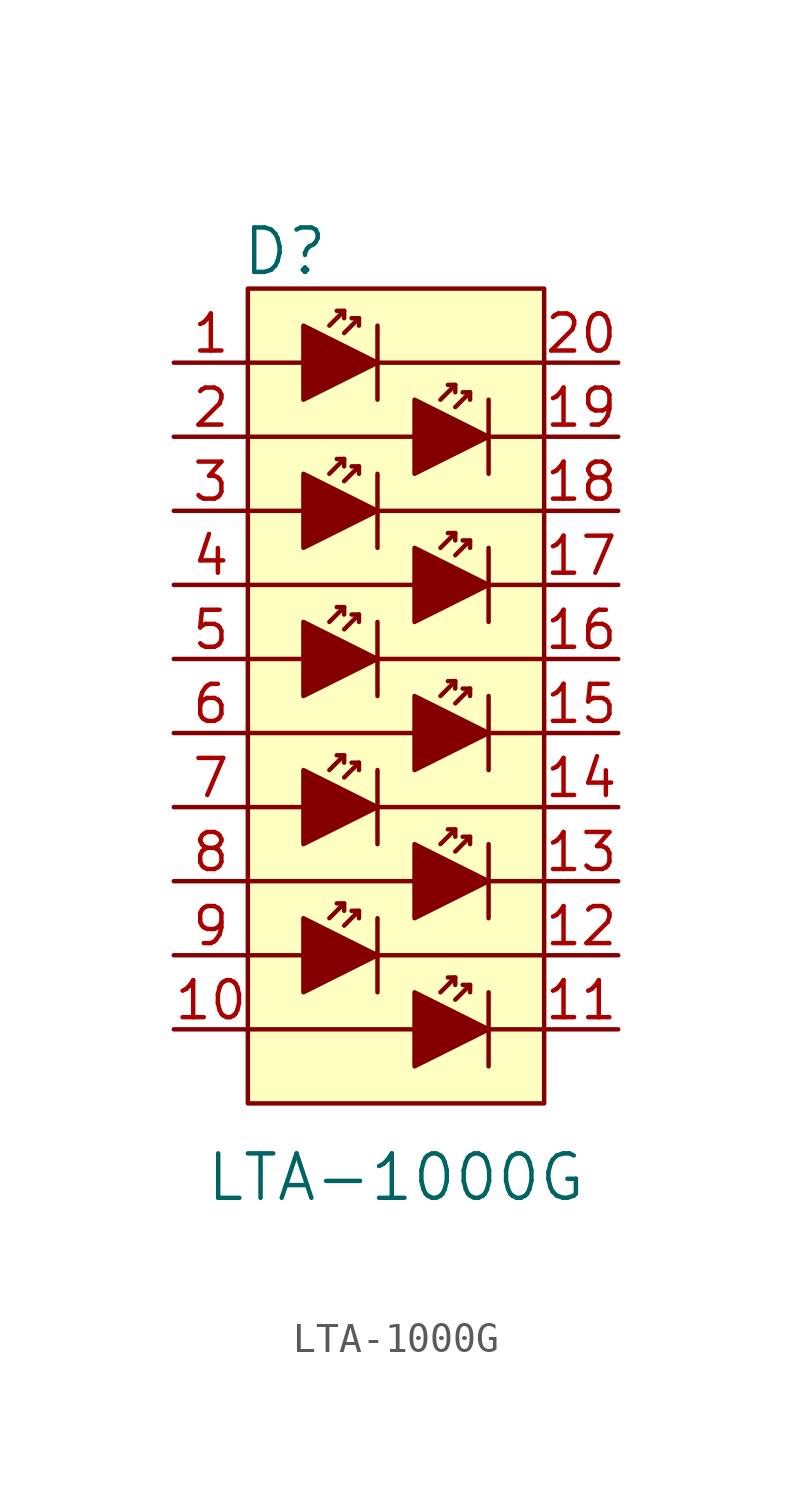
<source format=kicad_sym>
(kicad_symbol_lib
  (version 20231120)
  (generator "kicad_symbol_editor")
  (generator_version "8.0")
  (symbol "LTA-1000G"
    (pin_names
      (offset 0))
    (property "Reference" "D"
      (at -3.81 3.81 0)
      (effects (font (size 1.524 1.524))))
    (property "Value" "LTA-1000G"
      (at 0 -27.94 0)
      (effects (font (size 1.524 1.524))))
    (symbol "LTA-1000G_0_1"
      (rectangle (start -5.08 2.54) (end 5.08 -25.4) (stroke (width 0) (type solid)) (fill (type background)))
      (polyline (pts (xy -5.08 -20.32) (xy -3.175 -20.32)) (stroke (width 0) (type solid)) (fill (type none)))
      (polyline (pts (xy -5.08 -15.24) (xy -3.175 -15.24)) (stroke (width 0) (type solid)) (fill (type none)))
      (polyline (pts (xy -5.08 -10.16) (xy -3.175 -10.16)) (stroke (width 0) (type solid)) (fill (type none)))
      (polyline (pts (xy -5.08 -5.08) (xy -3.175 -5.08)) (stroke (width 0) (type solid)) (fill (type none)))
      (polyline (pts (xy -3.175 0) (xy -5.08 0)) (stroke (width 0) (type solid)) (fill (type none)))
      (polyline (pts (xy -1.778 -18.542) (xy -2.286 -19.05)) (stroke (width 0) (type solid)) (fill (type none)))
      (polyline (pts (xy -1.778 -13.462) (xy -2.286 -13.97)) (stroke (width 0) (type solid)) (fill (type none)))
      (polyline (pts (xy -1.778 -8.382) (xy -2.286 -8.89)) (stroke (width 0) (type solid)) (fill (type none)))
      (polyline (pts (xy -1.778 -3.302) (xy -2.286 -3.81)) (stroke (width 0) (type solid)) (fill (type none)))
      (polyline (pts (xy -1.778 1.778) (xy -2.286 1.27)) (stroke (width 0) (type solid)) (fill (type none)))
      (polyline (pts (xy -1.27 -18.796) (xy -1.778 -19.304)) (stroke (width 0) (type solid)) (fill (type none)))
      (polyline (pts (xy -1.27 -13.716) (xy -1.778 -14.224)) (stroke (width 0) (type solid)) (fill (type none)))
      (polyline (pts (xy -1.27 -8.636) (xy -1.778 -9.144)) (stroke (width 0) (type solid)) (fill (type none)))
      (polyline (pts (xy -1.27 -3.556) (xy -1.778 -4.064)) (stroke (width 0) (type solid)) (fill (type none)))
      (polyline (pts (xy -1.27 1.524) (xy -1.778 1.016)) (stroke (width 0) (type solid)) (fill (type none)))
      (polyline (pts (xy -0.635 -21.59) (xy -0.635 -19.05)) (stroke (width 0) (type solid)) (fill (type none)))
      (polyline (pts (xy -0.635 -20.32) (xy 5.08 -20.32)) (stroke (width 0) (type solid)) (fill (type none)))
      (polyline (pts (xy -0.635 -16.51) (xy -0.635 -13.97)) (stroke (width 0) (type solid)) (fill (type none)))
      (polyline (pts (xy -0.635 -15.24) (xy 5.08 -15.24)) (stroke (width 0) (type solid)) (fill (type none)))
      (polyline (pts (xy -0.635 -10.16) (xy 5.08 -10.16)) (stroke (width 0) (type solid)) (fill (type none)))
      (polyline (pts (xy -0.635 -8.89) (xy -0.635 -11.43)) (stroke (width 0) (type solid)) (fill (type none)))
      (polyline (pts (xy -0.635 -5.08) (xy 5.08 -5.08)) (stroke (width 0) (type solid)) (fill (type none)))
      (polyline (pts (xy -0.635 -3.81) (xy -0.635 -6.35)) (stroke (width 0) (type solid)) (fill (type none)))
      (polyline (pts (xy -0.635 0) (xy 5.08 0)) (stroke (width 0) (type solid)) (fill (type none)))
      (polyline (pts (xy -0.635 1.27) (xy -0.635 -1.27)) (stroke (width 0) (type solid)) (fill (type none)))
      (polyline (pts (xy 0.635 -22.86) (xy -5.08 -22.86)) (stroke (width 0) (type solid)) (fill (type none)))
      (polyline (pts (xy 0.635 -17.78) (xy -5.08 -17.78)) (stroke (width 0) (type solid)) (fill (type none)))
      (polyline (pts (xy 0.635 -12.7) (xy -5.08 -12.7)) (stroke (width 0) (type solid)) (fill (type none)))
      (polyline (pts (xy 0.635 -7.62) (xy -5.08 -7.62)) (stroke (width 0) (type solid)) (fill (type none)))
      (polyline (pts (xy 0.635 -2.54) (xy -5.08 -2.54)) (stroke (width 0) (type solid)) (fill (type none)))
      (polyline (pts (xy 2.032 -21.082) (xy 1.524 -21.59)) (stroke (width 0) (type solid)) (fill (type none)))
      (polyline (pts (xy 2.032 -16.002) (xy 1.524 -16.51)) (stroke (width 0) (type solid)) (fill (type none)))
      (polyline (pts (xy 2.032 -10.922) (xy 1.524 -11.43)) (stroke (width 0) (type solid)) (fill (type none)))
      (polyline (pts (xy 2.032 -5.842) (xy 1.524 -6.35)) (stroke (width 0) (type solid)) (fill (type none)))
      (polyline (pts (xy 2.032 -0.762) (xy 1.524 -1.27)) (stroke (width 0) (type solid)) (fill (type none)))
      (polyline (pts (xy 2.54 -21.336) (xy 2.032 -21.844)) (stroke (width 0) (type solid)) (fill (type none)))
      (polyline (pts (xy 2.54 -16.256) (xy 2.032 -16.764)) (stroke (width 0) (type solid)) (fill (type none)))
      (polyline (pts (xy 2.54 -11.176) (xy 2.032 -11.684)) (stroke (width 0) (type solid)) (fill (type none)))
      (polyline (pts (xy 2.54 -6.096) (xy 2.032 -6.604)) (stroke (width 0) (type solid)) (fill (type none)))
      (polyline (pts (xy 2.54 -1.016) (xy 2.032 -1.524)) (stroke (width 0) (type solid)) (fill (type none)))
      (polyline (pts (xy 3.175 -22.86) (xy 5.08 -22.86)) (stroke (width 0) (type solid)) (fill (type none)))
      (polyline (pts (xy 3.175 -21.59) (xy 3.175 -24.13)) (stroke (width 0) (type solid)) (fill (type none)))
      (polyline (pts (xy 3.175 -17.78) (xy 5.08 -17.78)) (stroke (width 0) (type solid)) (fill (type none)))
      (polyline (pts (xy 3.175 -16.51) (xy 3.175 -19.05)) (stroke (width 0) (type solid)) (fill (type none)))
      (polyline (pts (xy 3.175 -12.7) (xy 5.08 -12.7)) (stroke (width 0) (type solid)) (fill (type none)))
      (polyline (pts (xy 3.175 -11.43) (xy 3.175 -13.97)) (stroke (width 0) (type solid)) (fill (type none)))
      (polyline (pts (xy 3.175 -7.62) (xy 5.08 -7.62)) (stroke (width 0) (type solid)) (fill (type none)))
      (polyline (pts (xy 3.175 -6.35) (xy 3.175 -8.89)) (stroke (width 0) (type solid)) (fill (type none)))
      (polyline (pts (xy 3.175 -2.54) (xy 5.08 -2.54)) (stroke (width 0) (type solid)) (fill (type none)))
      (polyline (pts (xy 3.175 -1.27) (xy 3.175 -3.81)) (stroke (width 0) (type solid)) (fill (type none)))
      (polyline (pts (xy -2.032 -18.542) (xy -1.778 -18.542) (xy -1.778 -18.796)) (stroke (width 0) (type solid)) (fill (type none)))
      (polyline (pts (xy -2.032 -13.462) (xy -1.778 -13.462) (xy -1.778 -13.716)) (stroke (width 0) (type solid)) (fill (type none)))
      (polyline (pts (xy -2.032 -8.382) (xy -1.778 -8.382) (xy -1.778 -8.636)) (stroke (width 0) (type solid)) (fill (type none)))
      (polyline (pts (xy -2.032 -3.302) (xy -1.778 -3.302) (xy -1.778 -3.556)) (stroke (width 0) (type solid)) (fill (type none)))
      (polyline (pts (xy -2.032 1.778) (xy -1.778 1.778) (xy -1.778 1.524)) (stroke (width 0) (type solid)) (fill (type none)))
      (polyline (pts (xy -1.524 -18.796) (xy -1.27 -18.796) (xy -1.27 -19.05)) (stroke (width 0) (type solid)) (fill (type none)))
      (polyline (pts (xy -1.524 -13.716) (xy -1.27 -13.716) (xy -1.27 -13.97)) (stroke (width 0) (type solid)) (fill (type none)))
      (polyline (pts (xy -1.524 -8.636) (xy -1.27 -8.636) (xy -1.27 -8.89)) (stroke (width 0) (type solid)) (fill (type none)))
      (polyline (pts (xy -1.524 -3.556) (xy -1.27 -3.556) (xy -1.27 -3.81)) (stroke (width 0) (type solid)) (fill (type none)))
      (polyline (pts (xy -1.524 1.524) (xy -1.27 1.524) (xy -1.27 1.27)) (stroke (width 0) (type solid)) (fill (type none)))
      (polyline (pts (xy 1.778 -21.082) (xy 2.032 -21.082) (xy 2.032 -21.336)) (stroke (width 0) (type solid)) (fill (type none)))
      (polyline (pts (xy 1.778 -16.002) (xy 2.032 -16.002) (xy 2.032 -16.256)) (stroke (width 0) (type solid)) (fill (type none)))
      (polyline (pts (xy 1.778 -10.922) (xy 2.032 -10.922) (xy 2.032 -11.176)) (stroke (width 0) (type solid)) (fill (type none)))
      (polyline (pts (xy 1.778 -5.842) (xy 2.032 -5.842) (xy 2.032 -6.096)) (stroke (width 0) (type solid)) (fill (type none)))
      (polyline (pts (xy 1.778 -0.762) (xy 2.032 -0.762) (xy 2.032 -1.016)) (stroke (width 0) (type solid)) (fill (type none)))
      (polyline (pts (xy 2.286 -21.336) (xy 2.54 -21.336) (xy 2.54 -21.59)) (stroke (width 0) (type solid)) (fill (type none)))
      (polyline (pts (xy 2.286 -16.256) (xy 2.54 -16.256) (xy 2.54 -16.51)) (stroke (width 0) (type solid)) (fill (type none)))
      (polyline (pts (xy 2.286 -11.176) (xy 2.54 -11.176) (xy 2.54 -11.43)) (stroke (width 0) (type solid)) (fill (type none)))
      (polyline (pts (xy 2.286 -6.096) (xy 2.54 -6.096) (xy 2.54 -6.35)) (stroke (width 0) (type solid)) (fill (type none)))
      (polyline (pts (xy 2.286 -1.016) (xy 2.54 -1.016) (xy 2.54 -1.27)) (stroke (width 0) (type solid)) (fill (type none)))
      (polyline (pts (xy -3.175 -19.05) (xy -3.175 -21.59) (xy -0.635 -20.32) (xy -3.175 -19.05)) (stroke (width 0) (type solid)) (fill (type outline)))
      (polyline (pts (xy -3.175 -13.97) (xy -3.175 -16.51) (xy -0.635 -15.24) (xy -3.175 -13.97)) (stroke (width 0) (type solid)) (fill (type outline)))
      (polyline (pts (xy -3.175 -8.89) (xy -3.175 -11.43) (xy -0.635 -10.16) (xy -3.175 -8.89)) (stroke (width 0) (type solid)) (fill (type outline)))
      (polyline (pts (xy -3.175 -3.81) (xy -3.175 -6.35) (xy -0.635 -5.08) (xy -3.175 -3.81)) (stroke (width 0) (type solid)) (fill (type outline)))
      (polyline (pts (xy -3.175 1.27) (xy -3.175 -1.27) (xy -0.635 0) (xy -3.175 1.27)) (stroke (width 0) (type solid)) (fill (type outline)))
      (polyline (pts (xy 0.635 -21.59) (xy 0.635 -24.13) (xy 3.175 -22.86) (xy 0.635 -21.59)) (stroke (width 0) (type solid)) (fill (type outline)))
      (polyline (pts (xy 0.635 -16.51) (xy 0.635 -19.05) (xy 3.175 -17.78) (xy 0.635 -16.51)) (stroke (width 0) (type solid)) (fill (type outline)))
      (polyline (pts (xy 0.635 -11.43) (xy 0.635 -13.97) (xy 3.175 -12.7) (xy 0.635 -11.43)) (stroke (width 0) (type solid)) (fill (type outline)))
      (polyline (pts (xy 0.635 -6.35) (xy 0.635 -8.89) (xy 3.175 -7.62) (xy 0.635 -6.35)) (stroke (width 0) (type solid)) (fill (type outline)))
      (polyline (pts (xy 0.635 -1.27) (xy 0.635 -3.81) (xy 3.175 -2.54) (xy 0.635 -1.27)) (stroke (width 0) (type solid)) (fill (type outline))))
    (symbol "LTA-1000G_1_1"
      (pin input line (at -7.62 0 0) (length 2.54) (name "~" (effects (font (size 1.27 1.27)))) (number "1" (effects (font (size 1.27 1.27)))))
      (pin input line (at -7.62 -22.86 0) (length 2.54) (name "~" (effects (font (size 1.27 1.27)))) (number "10" (effects (font (size 1.27 1.27)))))
      (pin output line (at 7.62 -22.86 180) (length 2.54) (name "~" (effects (font (size 1.27 1.27)))) (number "11" (effects (font (size 1.27 1.27)))))
      (pin output line (at 7.62 -20.32 180) (length 2.54) (name "~" (effects (font (size 1.27 1.27)))) (number "12" (effects (font (size 1.27 1.27)))))
      (pin output line (at 7.62 -17.78 180) (length 2.54) (name "~" (effects (font (size 1.27 1.27)))) (number "13" (effects (font (size 1.27 1.27)))))
      (pin output line (at 7.62 -15.24 180) (length 2.54) (name "~" (effects (font (size 1.27 1.27)))) (number "14" (effects (font (size 1.27 1.27)))))
      (pin output line (at 7.62 -12.7 180) (length 2.54) (name "~" (effects (font (size 1.27 1.27)))) (number "15" (effects (font (size 1.27 1.27)))))
      (pin output line (at 7.62 -10.16 180) (length 2.54) (name "~" (effects (font (size 1.27 1.27)))) (number "16" (effects (font (size 1.27 1.27)))))
      (pin output line (at 7.62 -7.62 180) (length 2.54) (name "~" (effects (font (size 1.27 1.27)))) (number "17" (effects (font (size 1.27 1.27)))))
      (pin output line (at 7.62 -5.08 180) (length 2.54) (name "~" (effects (font (size 1.27 1.27)))) (number "18" (effects (font (size 1.27 1.27)))))
      (pin output line (at 7.62 -2.54 180) (length 2.54) (name "~" (effects (font (size 1.27 1.27)))) (number "19" (effects (font (size 1.27 1.27)))))
      (pin input line (at -7.62 -2.54 0) (length 2.54) (name "~" (effects (font (size 1.27 1.27)))) (number "2" (effects (font (size 1.27 1.27)))))
      (pin output line (at 7.62 0 180) (length 2.54) (name "~" (effects (font (size 1.27 1.27)))) (number "20" (effects (font (size 1.27 1.27)))))
      (pin input line (at -7.62 -5.08 0) (length 2.54) (name "~" (effects (font (size 1.27 1.27)))) (number "3" (effects (font (size 1.27 1.27)))))
      (pin input line (at -7.62 -7.62 0) (length 2.54) (name "~" (effects (font (size 1.27 1.27)))) (number "4" (effects (font (size 1.27 1.27)))))
      (pin input line (at -7.62 -10.16 0) (length 2.54) (name "~" (effects (font (size 1.27 1.27)))) (number "5" (effects (font (size 1.27 1.27)))))
      (pin input line (at -7.62 -12.7 0) (length 2.54) (name "~" (effects (font (size 1.27 1.27)))) (number "6" (effects (font (size 1.27 1.27)))))
      (pin input line (at -7.62 -15.24 0) (length 2.54) (name "~" (effects (font (size 1.27 1.27)))) (number "7" (effects (font (size 1.27 1.27)))))
      (pin input line (at -7.62 -17.78 0) (length 2.54) (name "~" (effects (font (size 1.27 1.27)))) (number "8" (effects (font (size 1.27 1.27)))))
      (pin input line (at -7.62 -20.32 0) (length 2.54) (name "~" (effects (font (size 1.27 1.27)))) (number "9" (effects (font (size 1.27 1.27))))))))
</source>
